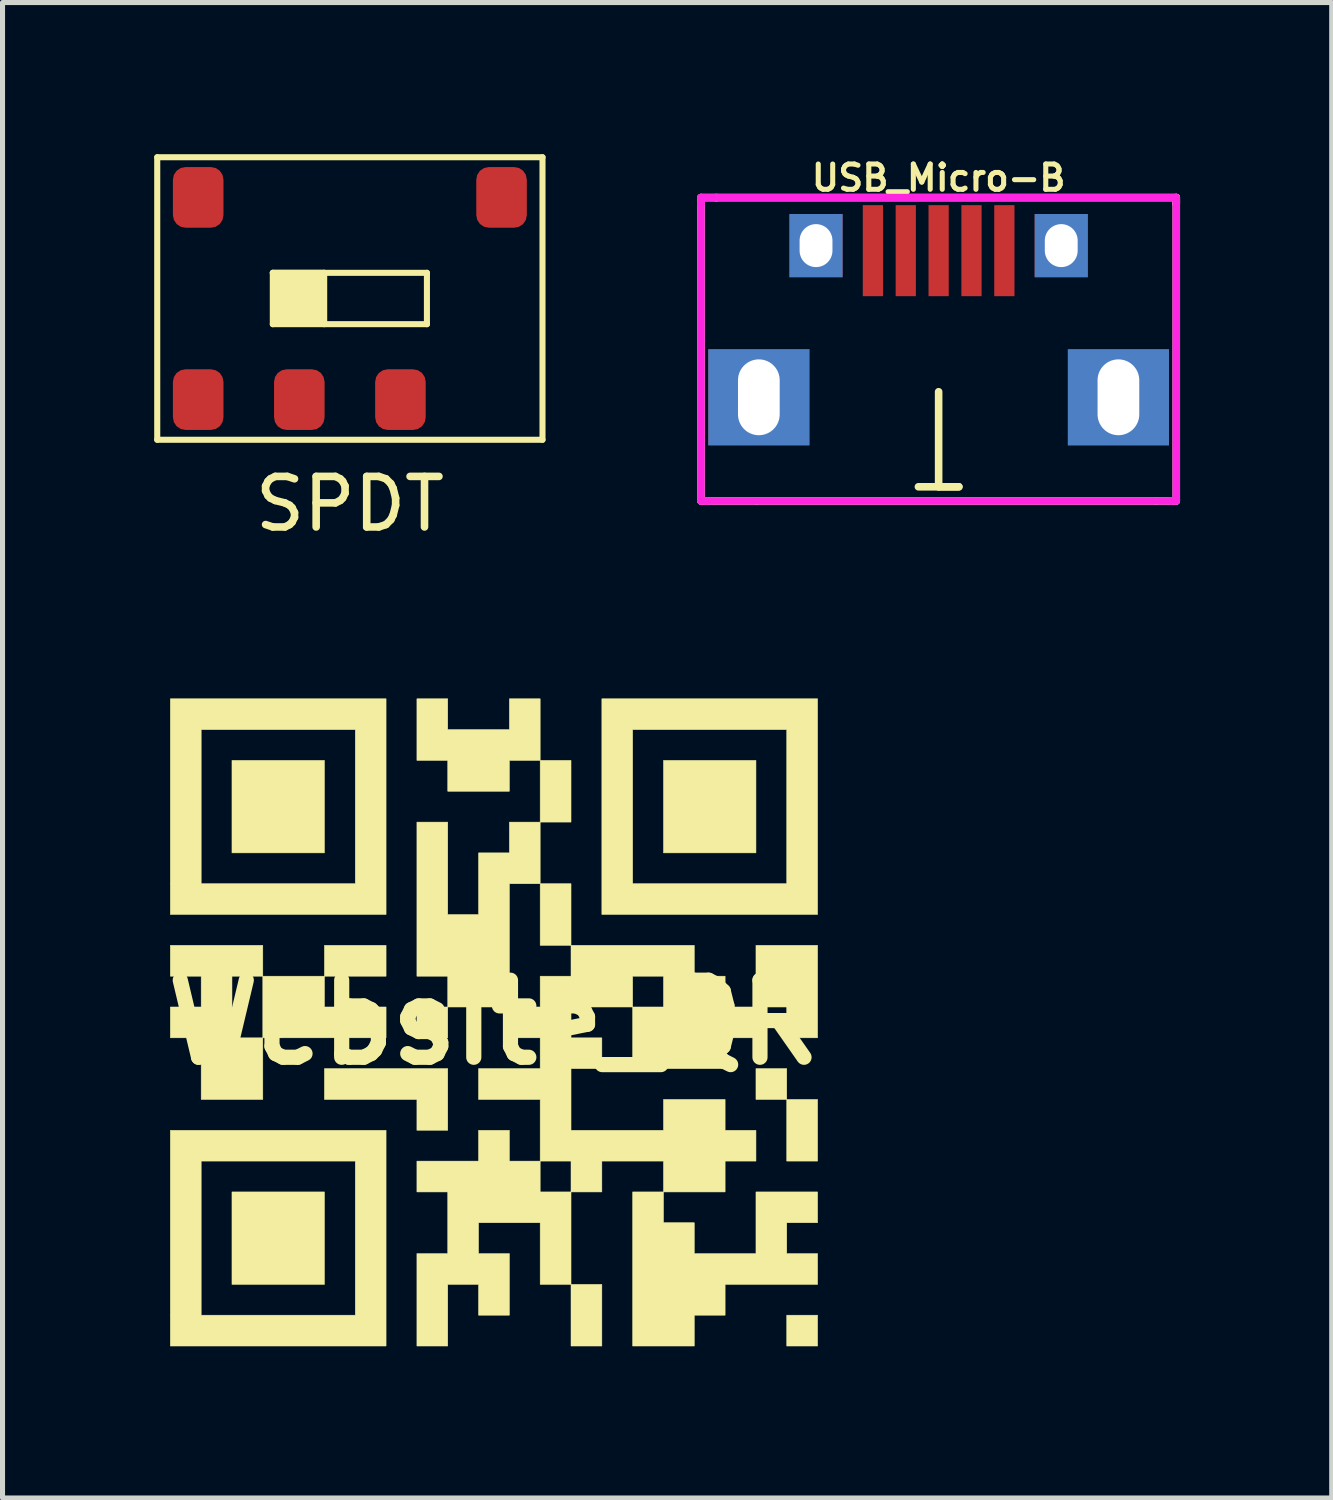
<source format=kicad_pcb>
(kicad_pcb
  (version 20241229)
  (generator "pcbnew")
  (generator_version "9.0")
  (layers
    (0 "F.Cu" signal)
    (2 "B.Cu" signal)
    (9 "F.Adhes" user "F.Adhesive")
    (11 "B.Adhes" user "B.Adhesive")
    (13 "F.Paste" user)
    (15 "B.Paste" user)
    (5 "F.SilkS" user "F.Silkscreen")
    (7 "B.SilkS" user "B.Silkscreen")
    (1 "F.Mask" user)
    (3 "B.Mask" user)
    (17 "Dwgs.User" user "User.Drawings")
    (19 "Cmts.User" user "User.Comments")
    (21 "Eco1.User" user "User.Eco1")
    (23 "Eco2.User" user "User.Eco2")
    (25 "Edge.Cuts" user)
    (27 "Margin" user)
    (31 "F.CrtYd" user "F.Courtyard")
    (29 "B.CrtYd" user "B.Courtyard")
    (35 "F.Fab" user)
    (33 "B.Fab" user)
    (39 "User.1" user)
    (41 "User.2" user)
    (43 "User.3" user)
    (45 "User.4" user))
  (footprint "Website_QR"
    (layer "F.Cu")
    (at 6.72 17.172)
    (property "Reference" "Website_QR" (at 0 0 0) (layer "F.SilkS") (effects (font (size 1.524 1.524) (thickness 0.3))))
    (attr through_hole)
    (fp_poly (pts (xy -3.353 -3.353) (xy -5.182 -3.353) (xy -5.182 -5.182) (xy -3.353 -5.182) (xy -3.353 -3.353)) (stroke (width 0.01) (type solid)) (fill yes) (layer "F.SilkS"))
    (fp_poly (pts (xy -3.353 5.182) (xy -5.182 5.182) (xy -5.182 3.353) (xy -3.353 3.353) (xy -3.353 5.182)) (stroke (width 0.01) (type solid)) (fill yes) (layer "F.SilkS"))
    (fp_poly (pts (xy -2.134 -0.914) (xy -3.353 -0.914) (xy -3.353 -1.524) (xy -2.134 -1.524) (xy -2.134 -0.914)) (stroke (width 0.01) (type solid)) (fill yes) (layer "F.SilkS"))
    (fp_poly (pts (xy -0.914 0.305) (xy -1.524 0.305) (xy -1.524 -0.305) (xy -0.914 -0.305) (xy -0.914 0.305)) (stroke (width 0.01) (type solid)) (fill yes) (layer "F.SilkS"))
    (fp_poly (pts (xy 1.524 -3.962) (xy 0.914 -3.962) (xy 0.914 -5.182) (xy 1.524 -5.182) (xy 1.524 -3.962)) (stroke (width 0.01) (type solid)) (fill yes) (layer "F.SilkS"))
    (fp_poly (pts (xy 2.134 6.401) (xy 1.524 6.401) (xy 1.524 5.182) (xy 2.134 5.182) (xy 2.134 6.401)) (stroke (width 0.01) (type solid)) (fill yes) (layer "F.SilkS"))
    (fp_poly (pts (xy 5.182 -3.353) (xy 3.353 -3.353) (xy 3.353 -5.182) (xy 5.182 -5.182) (xy 5.182 -3.353)) (stroke (width 0.01) (type solid)) (fill yes) (layer "F.SilkS"))
    (fp_poly (pts (xy 5.791 1.524) (xy 5.182 1.524) (xy 5.182 0.914) (xy 5.791 0.914) (xy 5.791 1.524)) (stroke (width 0.01) (type solid)) (fill yes) (layer "F.SilkS"))
    (fp_poly (pts (xy 6.401 2.743) (xy 5.791 2.743) (xy 5.791 1.524) (xy 6.401 1.524) (xy 6.401 2.743)) (stroke (width 0.01) (type solid)) (fill yes) (layer "F.SilkS"))
    (fp_poly (pts (xy 6.401 6.401) (xy 5.791 6.401) (xy 5.791 5.791) (xy 6.401 5.791) (xy 6.401 6.401)) (stroke (width 0.01) (type solid)) (fill yes) (layer "F.SilkS"))
    (fp_poly (pts (xy -0.914 2.134) (xy -1.524 2.134) (xy -1.524 1.524) (xy -3.353 1.524) (xy -3.353 0.914) (xy -0.914 0.914) (xy -0.914 2.134)) (stroke (width 0.01) (type solid)) (fill yes) (layer "F.SilkS"))
    (fp_poly (pts (xy 6.401 0.305) (xy 5.791 0.305) (xy 5.791 -0.305) (xy 5.182 -0.305) (xy 5.182 -1.524) (xy 6.401 -1.524) (xy 6.401 0.305)) (stroke (width 0.01) (type solid)) (fill yes) (layer "F.SilkS"))
    (fp_poly (pts (xy -2.134 -2.134) (xy -6.401 -2.134) (xy -6.401 -5.791) (xy -5.791 -5.791) (xy -5.791 -2.743) (xy -2.743 -2.743) (xy -2.743 -5.791) (xy -5.791 -5.791) (xy -6.401 -5.791) (xy -6.401 -6.401) (xy -2.134 -6.401) (xy -2.134 -2.134)) (stroke (width 0.01) (type solid)) (fill yes) (layer "F.SilkS"))
    (fp_poly (pts (xy -2.134 6.401) (xy -6.401 6.401) (xy -6.401 2.743) (xy -5.791 2.743) (xy -5.791 5.791) (xy -2.743 5.791) (xy -2.743 2.743) (xy -5.791 2.743) (xy -6.401 2.743) (xy -6.401 2.134) (xy -2.134 2.134) (xy -2.134 6.401)) (stroke (width 0.01) (type solid)) (fill yes) (layer "F.SilkS"))
    (fp_poly (pts (xy 6.401 -2.134) (xy 2.134 -2.134) (xy 2.134 -5.791) (xy 2.743 -5.791) (xy 2.743 -2.743) (xy 5.791 -2.743) (xy 5.791 -5.791) (xy 2.743 -5.791) (xy 2.134 -5.791) (xy 2.134 -6.401) (xy 6.401 -6.401) (xy 6.401 -2.134)) (stroke (width 0.01) (type solid)) (fill yes) (layer "F.SilkS"))
    (fp_poly (pts (xy -0.914 -5.791) (xy 0.305 -5.791) (xy 0.305 -6.401) (xy 0.914 -6.401) (xy 0.914 -5.182) (xy 0.305 -5.182) (xy 0.305 -4.572) (xy -0.914 -4.572) (xy -0.914 -5.182) (xy -1.524 -5.182) (xy -1.524 -6.401) (xy -0.914 -6.401) (xy -0.914 -5.791)) (stroke (width 0.01) (type solid)) (fill yes) (layer "F.SilkS"))
    (fp_poly (pts (xy 3.353 3.962) (xy 3.962 3.962) (xy 3.962 4.572) (xy 5.182 4.572) (xy 5.182 3.353) (xy 6.401 3.353) (xy 6.401 3.962) (xy 5.791 3.962) (xy 5.791 4.572) (xy 6.401 4.572) (xy 6.401 5.182) (xy 4.572 5.182) (xy 4.572 5.791) (xy 3.962 5.791) (xy 3.962 6.401) (xy 2.743 6.401) (xy 2.743 3.353) (xy 3.353 3.353) (xy 3.353 3.962)) (stroke (width 0.01) (type solid)) (fill yes) (layer "F.SilkS"))
    (fp_poly (pts (xy -3.353 -0.914) (xy -3.353 -0.305) (xy -2.134 -0.305) (xy -2.134 0.305) (xy -4.572 0.305) (xy -4.572 1.524) (xy -5.791 1.524) (xy -5.791 0.305) (xy -6.401 0.305) (xy -6.401 -0.305) (xy -5.791 -0.305) (xy -5.791 -0.914) (xy -5.182 -0.914) (xy -5.182 0.305) (xy -4.572 0.305) (xy -4.572 -0.914) (xy -5.182 -0.914) (xy -5.791 -0.914) (xy -6.401 -0.914) (xy -6.401 -1.524) (xy -4.572 -1.524) (xy -4.572 -0.914) (xy -3.353 -0.914)) (stroke (width 0.01) (type solid)) (fill yes) (layer "F.SilkS"))
    (fp_poly (pts (xy -0.914 -0.914) (xy -1.524 -0.914) (xy -1.524 -3.962) (xy -0.914 -3.962) (xy -0.914 -2.134) (xy -0.305 -2.134) (xy -0.305 -2.743) (xy 0.305 -2.743) (xy 0.305 -0.305) (xy 0.914 -0.305) (xy 0.914 -0.914) (xy 1.524 -0.914) (xy 2.743 -0.914) (xy 2.743 -0.305) (xy 3.353 -0.305) (xy 3.353 -0.914) (xy 2.743 -0.914) (xy 1.524 -0.914) (xy 1.524 -1.524) (xy 0.914 -1.524) (xy 0.914 -2.743) (xy 0.305 -2.743) (xy -0.305 -2.743) (xy -0.305 -3.353) (xy 0.305 -3.353) (xy 0.305 -3.962) (xy 0.914 -3.962) (xy 0.914 -2.743) (xy 1.524 -2.743) (xy 1.524 -1.524) (xy 3.962 -1.524) (xy 3.962 -0.914) (xy 4.572 -0.914) (xy 4.572 -0.305) (xy 5.182 -0.305) (xy 5.182 0.305) (xy 4.572 0.305) (xy 4.572 0.914) (xy 2.743 0.914) (xy 2.743 -0.305) (xy 1.524 -0.305) (xy 1.524 0.305) (xy 2.134 0.305) (xy 2.134 0.914) (xy 1.524 0.914) (xy 1.524 2.134) (xy 3.353 2.134) (xy 3.353 1.524) (xy 4.572 1.524) (xy 4.572 2.134) (xy 5.182 2.134) (xy 5.182 2.743) (xy 4.572 2.743) (xy 4.572 3.353) (xy 3.353 3.353) (xy 3.353 2.743) (xy 2.134 2.743) (xy 2.134 3.353) (xy 1.524 3.353) (xy 1.524 5.182) (xy 0.914 5.182) (xy 0.914 3.962) (xy -0.305 3.962) (xy -0.305 4.572) (xy 0.305 4.572) (xy 0.305 5.791) (xy -0.305 5.791) (xy -0.305 5.182) (xy -0.914 5.182) (xy -0.914 6.401) (xy -1.524 6.401) (xy -1.524 4.572) (xy -0.914 4.572) (xy -0.914 3.353) (xy -1.524 3.353) (xy -1.524 2.743) (xy -0.305 2.743) (xy -0.305 2.134) (xy 0.305 2.134) (xy 0.305 2.743) (xy 0.914 2.743) (xy 0.914 3.353) (xy 1.524 3.353) (xy 1.524 2.743) (xy 0.914 2.743) (xy 0.914 1.524) (xy -0.305 1.524) (xy -0.305 0.914) (xy 0.914 0.914) (xy 0.914 0.305) (xy 0.305 0.305) (xy 0.305 -0.305) (xy -0.914 -0.305) (xy -0.914 -0.914)) (stroke (width 0.01) (type solid)) (fill yes) (layer "F.SilkS")))
  (footprint "SPDT"
    (layer "F.Cu")
    (at 3.87 2.854)
    (property "Reference" "SPDT" (at 0 4.064 0) (layer "F.SilkS") (effects (font (size 1 1) (thickness 0.15))))
    (attr through_hole)
    (fp_line (start -3.81 -2.794) (end -3.81 2.794) (stroke (width 0.12) (type solid)) (layer "F.SilkS"))
    (fp_line (start -3.81 -2.794) (end 3.81 -2.794) (stroke (width 0.12) (type solid)) (layer "F.SilkS"))
    (fp_line (start -3.81 2.794) (end 3.81 2.794) (stroke (width 0.12) (type solid)) (layer "F.SilkS"))
    (fp_line (start -1.524 -0.508) (end -1.524 0.508) (stroke (width 0.12) (type solid)) (layer "F.SilkS"))
    (fp_line (start -1.524 -0.508) (end -0.508 -0.508) (stroke (width 0.12) (type solid)) (layer "F.SilkS"))
    (fp_line (start -1.524 0.508) (end 1.524 0.508) (stroke (width 0.12) (type solid)) (layer "F.SilkS"))
    (fp_line (start -0.508 -0.508) (end -0.508 0.508) (stroke (width 0.12) (type solid)) (layer "F.SilkS"))
    (fp_line (start 1.524 -0.508) (end -1.524 -0.508) (stroke (width 0.12) (type solid)) (layer "F.SilkS"))
    (fp_line (start 1.524 0.508) (end 1.524 -0.508) (stroke (width 0.12) (type solid)) (layer "F.SilkS"))
    (fp_line (start 3.81 -2.794) (end 3.81 2.794) (stroke (width 0.12) (type solid)) (layer "F.SilkS"))
    (fp_poly (pts (xy -0.508 0.508) (xy -1.524 0.508) (xy -1.524 -0.508) (xy -0.508 -0.508)) (stroke (width 0.1) (type solid)) (fill yes) (layer "F.SilkS"))
    (pad "1" smd roundrect (at -3 -2) (size 1 1.2) (layers "F.Cu" "F.Mask" "F.Paste") (roundrect_rratio 0.25))
    (pad "1" smd roundrect (at -3 2) (size 1 1.2) (layers "F.Cu" "F.Mask" "F.Paste") (roundrect_rratio 0.25))
    (pad "2" smd roundrect (at 1 2) (size 1 1.2) (layers "F.Cu" "F.Mask" "F.Paste") (roundrect_rratio 0.25))
    (pad "2" smd roundrect (at 3 -2) (size 1 1.2) (layers "F.Cu" "F.Mask" "F.Paste") (roundrect_rratio 0.25))
    (pad "3" smd roundrect (at -1 2) (size 1 1.2) (layers "F.Cu" "F.Mask" "F.Paste") (roundrect_rratio 0.25)))
  (footprint "USB_Micro-B"
    (layer "F.Cu")
    (at 15.515 3.458)
    (property "Reference" "USB_Micro-B" (at 0 -2.99 0) (layer "F.SilkS") (effects (font (size 0.5 0.5) (thickness 0.1))))
    (attr smd)
    (fp_line (start -4.7 -2.6) (end -4.39 -2.6) (stroke (width 0.15) (type solid)) (layer "F.SilkS"))
    (fp_line (start -4.7 -2.5) (end -4.7 -2.6) (stroke (width 0.15) (type solid)) (layer "F.SilkS"))
    (fp_line (start -4.7 3.4) (end -4.7 -2.5) (stroke (width 0.15) (type solid)) (layer "F.SilkS"))
    (fp_line (start -3.6 3.4) (end -4.7 3.4) (stroke (width 0.15) (type solid)) (layer "F.SilkS"))
    (fp_line (start -3.6 3.4) (end 4.3 3.4) (stroke (width 0.15) (type solid)) (layer "F.SilkS"))
    (fp_line (start 0 1.24) (end 0 3.12) (stroke (width 0.15) (type solid)) (layer "F.SilkS"))
    (fp_line (start 0 3.12) (end 0.4 3.12) (stroke (width 0.15) (type solid)) (layer "F.SilkS"))
    (fp_line (start 0.4 3.12) (end -0.4 3.12) (stroke (width 0.15) (type solid)) (layer "F.SilkS"))
    (fp_line (start 4.3 3.4) (end 4.7 3.4) (stroke (width 0.15) (type solid)) (layer "F.SilkS"))
    (fp_line (start 4.7 -2.6) (end -4.4 -2.6) (stroke (width 0.15) (type solid)) (layer "F.SilkS"))
    (fp_line (start 4.7 -2.49) (end 4.7 -2.6) (stroke (width 0.15) (type solid)) (layer "F.SilkS"))
    (fp_line (start 4.7 -2.48) (end 4.7 -2.6) (stroke (width 0.15) (type solid)) (layer "F.SilkS"))
    (fp_line (start 4.7 3.4) (end 4.7 -2.5) (stroke (width 0.15) (type solid)) (layer "F.SilkS"))
    (fp_line (start -4.7 -2.5) (end -4.7 3.4) (stroke (width 0.15) (type solid)) (layer "F.CrtYd"))
    (fp_line (start -4.7 -2.48) (end -4.7 -2.6) (stroke (width 0.15) (type solid)) (layer "F.CrtYd"))
    (fp_line (start -4.7 3.4) (end -4.59 3.4) (stroke (width 0.15) (type solid)) (layer "F.CrtYd"))
    (fp_line (start -4.6 3.4) (end 4.6 3.4) (stroke (width 0.15) (type solid)) (layer "F.CrtYd"))
    (fp_line (start 4.6 3.4) (end 4.7 3.4) (stroke (width 0.15) (type solid)) (layer "F.CrtYd"))
    (fp_line (start 4.7 -2.6) (end -4.7 -2.6) (stroke (width 0.15) (type solid)) (layer "F.CrtYd"))
    (fp_line (start 4.7 -2.6) (end 4.7 -2.5) (stroke (width 0.15) (type solid)) (layer "F.CrtYd"))
    (fp_line (start 4.7 3.4) (end 4.7 -2.5) (stroke (width 0.15) (type solid)) (layer "F.CrtYd"))
    (pad "1" smd rect (at -1.3 -1.55 90) (size 1.8 0.4) (layers "F.Cu" "F.Mask" "F.Paste"))
    (pad "2" smd rect (at -0.65 -1.55 90) (size 1.8 0.4) (layers "F.Cu" "F.Mask" "F.Paste"))
    (pad "3" smd rect (at 0 -1.55 90) (size 1.8 0.4) (layers "F.Cu" "F.Mask" "F.Paste"))
    (pad "4" smd rect (at 0.65 -1.55 90) (size 1.8 0.4) (layers "F.Cu" "F.Mask" "F.Paste"))
    (pad "5" smd rect (at 1.3 -1.55 90) (size 1.8 0.4) (layers "F.Cu" "F.Mask" "F.Paste"))
    (pad "6" thru_hole rect (at -3.556 1.35 90) (size 1.9 2) (drill oval 1.5 0.825) (layers "*.Cu" "*.Mask"))
    (pad "6" thru_hole rect (at -2.425 -1.65 90) (size 1.25 1.05) (drill oval 0.85 0.65) (layers "*.Cu" "*.Mask"))
    (pad "6" thru_hole rect (at 2.425 -1.65 90) (size 1.25 1.05) (drill oval 0.85 0.65) (layers "*.Cu" "*.Mask"))
    (pad "6" thru_hole rect (at 3.556 1.35 90) (size 1.9 2) (drill oval 1.5 0.825) (layers "*.Cu" "*.Mask")))
  (gr_rect
    (start -3 -3)
    (end 23.29 26.578)
    (stroke (width 0.1) (type default))
    (fill no)
    (layer "Edge.Cuts")))
</source>
